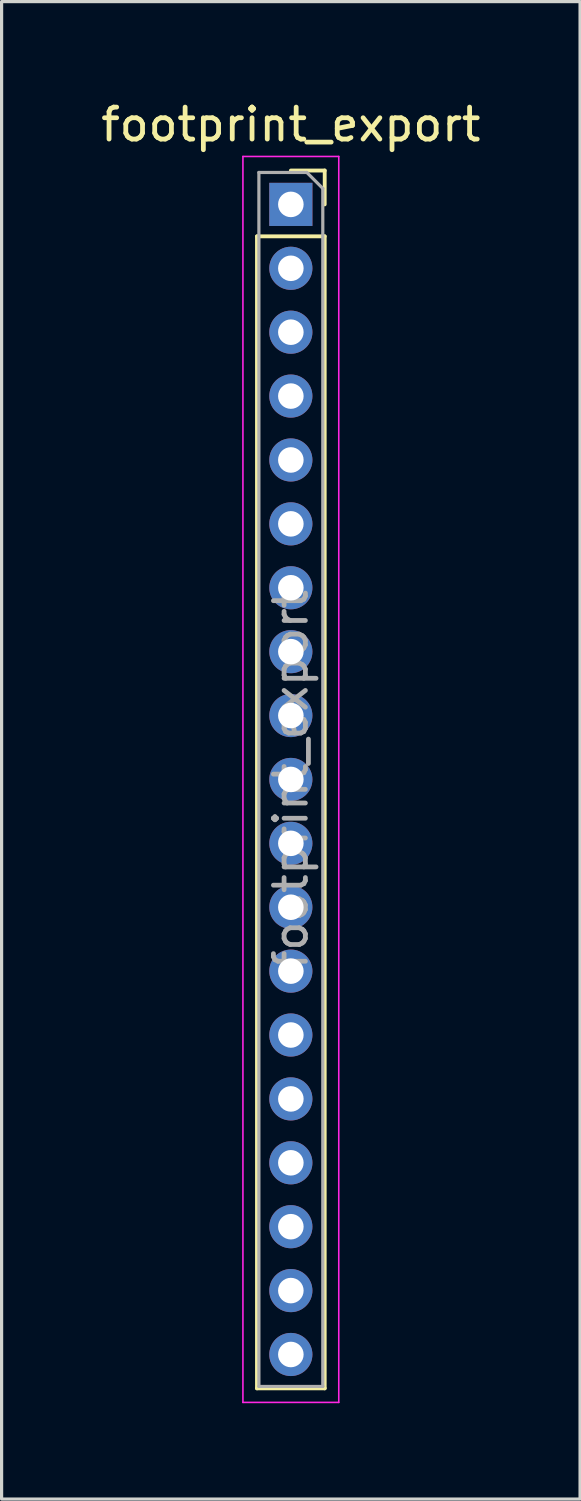
<source format=kicad_pcb>
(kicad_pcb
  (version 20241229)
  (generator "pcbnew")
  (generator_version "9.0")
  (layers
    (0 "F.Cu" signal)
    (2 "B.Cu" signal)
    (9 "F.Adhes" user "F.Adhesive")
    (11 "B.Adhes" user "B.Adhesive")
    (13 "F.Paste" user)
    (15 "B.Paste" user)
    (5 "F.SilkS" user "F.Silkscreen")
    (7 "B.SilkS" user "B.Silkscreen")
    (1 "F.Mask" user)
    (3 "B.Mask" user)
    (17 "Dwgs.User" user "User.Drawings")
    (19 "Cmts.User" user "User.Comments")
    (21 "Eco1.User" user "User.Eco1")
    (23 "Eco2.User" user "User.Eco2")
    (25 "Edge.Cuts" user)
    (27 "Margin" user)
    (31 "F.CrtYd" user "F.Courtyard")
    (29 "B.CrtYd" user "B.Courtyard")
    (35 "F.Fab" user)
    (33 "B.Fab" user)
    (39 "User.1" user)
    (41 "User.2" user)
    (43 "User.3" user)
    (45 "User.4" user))
  (footprint "footprint_export"
    (layer "F.Cu")
    (at 6.054 3.348)
    (property "Reference" "footprint_export" (at 0 -2.5 0) (layer "F.SilkS") (effects (font (size 1 1) (thickness 0.15))))
    (attr through_hole)
    (fp_line (start -1.06 1) (end -1.06 37.06) (stroke (width 0.12) (type solid)) (layer "F.SilkS"))
    (fp_line (start -1.06 1) (end 1.06 1) (stroke (width 0.12) (type solid)) (layer "F.SilkS"))
    (fp_line (start -1.06 37.06) (end 1.06 37.06) (stroke (width 0.12) (type solid)) (layer "F.SilkS"))
    (fp_line (start 0 -1.06) (end 1.06 -1.06) (stroke (width 0.12) (type solid)) (layer "F.SilkS"))
    (fp_line (start 1.06 -1.06) (end 1.06 0) (stroke (width 0.12) (type solid)) (layer "F.SilkS"))
    (fp_line (start 1.06 1) (end 1.06 37.06) (stroke (width 0.12) (type solid)) (layer "F.SilkS"))
    (fp_line (start -1.5 -1.5) (end 1.5 -1.5) (stroke (width 0.05) (type solid)) (layer "F.CrtYd"))
    (fp_line (start -1.5 37.5) (end -1.5 -1.5) (stroke (width 0.05) (type solid)) (layer "F.CrtYd"))
    (fp_line (start 1.5 -1.5) (end 1.5 37.5) (stroke (width 0.05) (type solid)) (layer "F.CrtYd"))
    (fp_line (start 1.5 37.5) (end -1.5 37.5) (stroke (width 0.05) (type solid)) (layer "F.CrtYd"))
    (fp_line (start -1 -1) (end 0.5 -1) (stroke (width 0.1) (type solid)) (layer "F.Fab"))
    (fp_line (start -1 37) (end -1 -1) (stroke (width 0.1) (type solid)) (layer "F.Fab"))
    (fp_line (start 0.5 -1) (end 1 -0.5) (stroke (width 0.1) (type solid)) (layer "F.Fab"))
    (fp_line (start 1 -0.5) (end 1 37) (stroke (width 0.1) (type solid)) (layer "F.Fab"))
    (fp_line (start 1 37) (end -1 37) (stroke (width 0.1) (type solid)) (layer "F.Fab"))
    (fp_text user "${REFERENCE}" (at 0 18 90) (layer "F.Fab") (effects (font (size 1 1) (thickness 0.15))))
    (pad "1" thru_hole rect (at 0 0) (size 1.35 1.35) (drill 0.8) (layers "*.Cu" "*.Mask"))
    (pad "2" thru_hole oval (at 0 2) (size 1.35 1.35) (drill 0.8) (layers "*.Cu" "*.Mask"))
    (pad "3" thru_hole oval (at 0 4) (size 1.35 1.35) (drill 0.8) (layers "*.Cu" "*.Mask"))
    (pad "4" thru_hole oval (at 0 6) (size 1.35 1.35) (drill 0.8) (layers "*.Cu" "*.Mask"))
    (pad "5" thru_hole oval (at 0 8) (size 1.35 1.35) (drill 0.8) (layers "*.Cu" "*.Mask"))
    (pad "6" thru_hole oval (at 0 10) (size 1.35 1.35) (drill 0.8) (layers "*.Cu" "*.Mask"))
    (pad "7" thru_hole oval (at 0 12) (size 1.35 1.35) (drill 0.8) (layers "*.Cu" "*.Mask"))
    (pad "8" thru_hole oval (at 0 14) (size 1.35 1.35) (drill 0.8) (layers "*.Cu" "*.Mask"))
    (pad "9" thru_hole oval (at 0 16) (size 1.35 1.35) (drill 0.8) (layers "*.Cu" "*.Mask"))
    (pad "10" thru_hole oval (at 0 18) (size 1.35 1.35) (drill 0.8) (layers "*.Cu" "*.Mask"))
    (pad "11" thru_hole oval (at 0 20) (size 1.35 1.35) (drill 0.8) (layers "*.Cu" "*.Mask"))
    (pad "12" thru_hole oval (at 0 22) (size 1.35 1.35) (drill 0.8) (layers "*.Cu" "*.Mask"))
    (pad "13" thru_hole oval (at 0 24) (size 1.35 1.35) (drill 0.8) (layers "*.Cu" "*.Mask"))
    (pad "14" thru_hole oval (at 0 26) (size 1.35 1.35) (drill 0.8) (layers "*.Cu" "*.Mask"))
    (pad "15" thru_hole oval (at 0 28) (size 1.35 1.35) (drill 0.8) (layers "*.Cu" "*.Mask"))
    (pad "16" thru_hole oval (at 0 30) (size 1.35 1.35) (drill 0.8) (layers "*.Cu" "*.Mask"))
    (pad "17" thru_hole oval (at 0 32) (size 1.35 1.35) (drill 0.8) (layers "*.Cu" "*.Mask"))
    (pad "18" thru_hole oval (at 0 34) (size 1.35 1.35) (drill 0.8) (layers "*.Cu" "*.Mask"))
    (pad "19" thru_hole oval (at 0 36) (size 1.35 1.35) (drill 0.8) (layers "*.Cu" "*.Mask")))
  (gr_rect
    (start -3 -3)
    (end 15.107 43.873)
    (stroke (width 0.1) (type default))
    (fill no)
    (layer "Edge.Cuts")))
</source>
